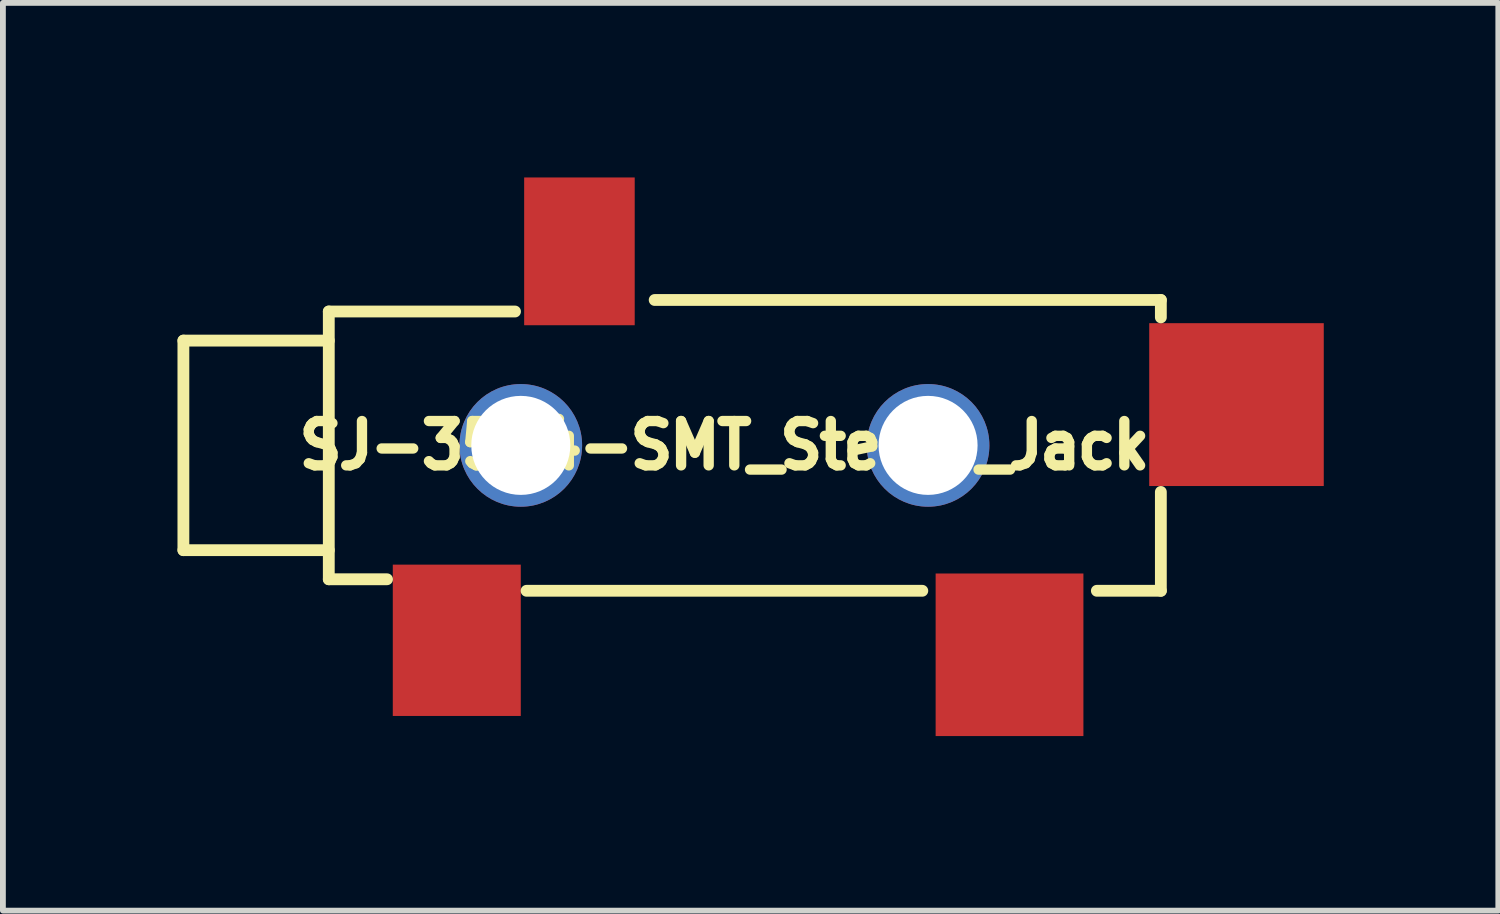
<source format=kicad_pcb>
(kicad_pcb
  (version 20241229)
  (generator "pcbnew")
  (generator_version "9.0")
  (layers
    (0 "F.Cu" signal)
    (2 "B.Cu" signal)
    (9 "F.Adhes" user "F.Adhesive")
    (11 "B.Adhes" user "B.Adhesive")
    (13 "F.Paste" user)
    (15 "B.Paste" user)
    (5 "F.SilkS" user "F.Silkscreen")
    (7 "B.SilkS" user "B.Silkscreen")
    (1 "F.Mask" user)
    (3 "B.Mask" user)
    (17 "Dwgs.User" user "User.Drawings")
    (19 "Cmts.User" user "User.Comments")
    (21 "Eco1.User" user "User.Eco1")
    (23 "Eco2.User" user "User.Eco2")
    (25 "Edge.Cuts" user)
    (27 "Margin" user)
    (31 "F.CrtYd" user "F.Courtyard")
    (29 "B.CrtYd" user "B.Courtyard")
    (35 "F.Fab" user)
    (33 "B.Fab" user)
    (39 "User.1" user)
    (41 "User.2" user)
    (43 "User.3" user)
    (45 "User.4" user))
  (footprint "SJ-3524-SMT_Stereo_Jack"
    (layer "F.Cu")
    (at 9.401 4.605)
    (property "Reference" "SJ-3524-SMT_Stereo_Jack" (at 0 0 0) (layer "F.SilkS") (effects (font (size 0.762 0.711) (thickness 0.178))))
    (attr smd)
    (fp_line (start -9.299 -1.801) (end -9.299 1.801) (stroke (width 0.203) (type solid)) (layer "F.SilkS"))
    (fp_line (start -9.299 1.801) (end -6.8 1.801) (stroke (width 0.203) (type solid)) (layer "F.SilkS"))
    (fp_line (start -6.8 -2.301) (end -6.8 2.301) (stroke (width 0.203) (type solid)) (layer "F.SilkS"))
    (fp_line (start -6.8 -2.301) (end -3.599 -2.301) (stroke (width 0.203) (type solid)) (layer "F.SilkS"))
    (fp_line (start -6.8 -1.801) (end -9.299 -1.801) (stroke (width 0.203) (type solid)) (layer "F.SilkS"))
    (fp_line (start -6.8 2.301) (end -5.799 2.301) (stroke (width 0.203) (type solid)) (layer "F.SilkS"))
    (fp_line (start 3.401 2.499) (end -3.401 2.499) (stroke (width 0.203) (type solid)) (layer "F.SilkS"))
    (fp_line (start 7.501 -2.499) (end -1.199 -2.499) (stroke (width 0.203) (type solid)) (layer "F.SilkS"))
    (fp_line (start 7.501 -2.499) (end 7.501 -2.2) (stroke (width 0.203) (type solid)) (layer "F.SilkS"))
    (fp_line (start 7.501 0.8) (end 7.501 2.499) (stroke (width 0.203) (type solid)) (layer "F.SilkS"))
    (fp_line (start 7.501 2.499) (end 6.401 2.499) (stroke (width 0.203) (type solid)) (layer "F.SilkS"))
    (pad "1" smd rect (at -4.6 3.35) (size 2.2 2.601) (layers "F.Cu" "F.Mask" "F.Paste"))
    (pad "2" smd rect (at 4.9 3.599) (size 2.54 2.794) (layers "F.Cu" "F.Mask" "F.Paste"))
    (pad "3" smd rect (at -2.492 -3.335) (size 1.9 2.54) (layers "F.Cu" "F.Mask" "F.Paste"))
    (pad "4" smd rect (at 8.801 -0.701 90) (size 2.799 3) (layers "F.Cu" "F.Mask" "F.Paste"))
    (pad "5" thru_hole circle (at -3.5 0) (size 2.108 2.108) (drill 1.702) (layers "*.Cu" "*.Mask"))
    (pad "5" thru_hole circle (at 3.5 0) (size 2.108 2.108) (drill 1.702) (layers "*.Cu" "*.Mask")))
  (gr_rect
    (start -3 -3)
    (end 22.702 12.601)
    (stroke (width 0.1) (type default))
    (fill no)
    (layer "Edge.Cuts")))
</source>
